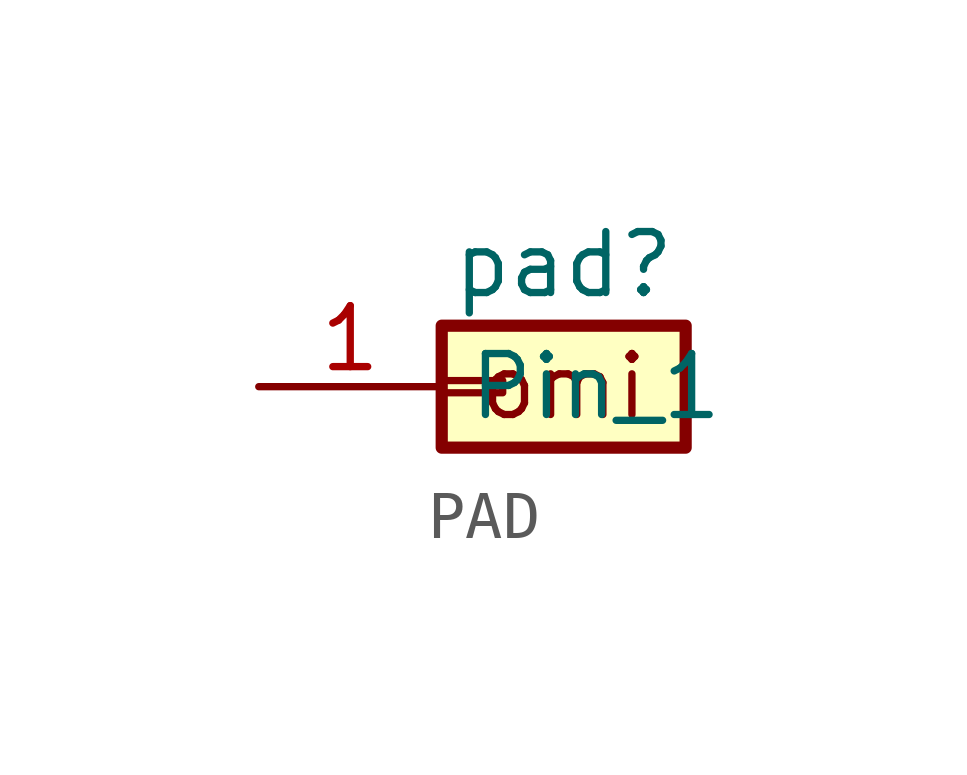
<source format=kicad_sym>
(kicad_symbol_lib
  (version 20220914)
  (generator kicad_symbol_editor)
  (symbol "PAD"
    (property "Reference" "pad"
      (at 3.81 0 0)
      (effects (font (size 1.27 1.27))))
    (property "Value" ""
      (at 0 0 0)
      (effects (font (size 1.27 1.27))))
    (symbol "PAD_1_1"
      (rectangle (start 1.27 -2.413) (end 2.54 -2.667) (stroke (width 0.152) (type default)) (fill (type none)))
      (rectangle (start 1.27 -1.27) (end 6.35 -3.81) (stroke (width 0.254) (type default)) (fill (type background)))
      (text "omi" (at 3.81 -2.54 0) (effects (font (size 1.27 1.27))))
      (pin passive line (at -2.54 -2.54 0) (length 3.81) (name "Pin_1" (effects (font (size 1.27 1.27)))) (number "1" (effects (font (size 1.27 1.27))))))))
</source>
